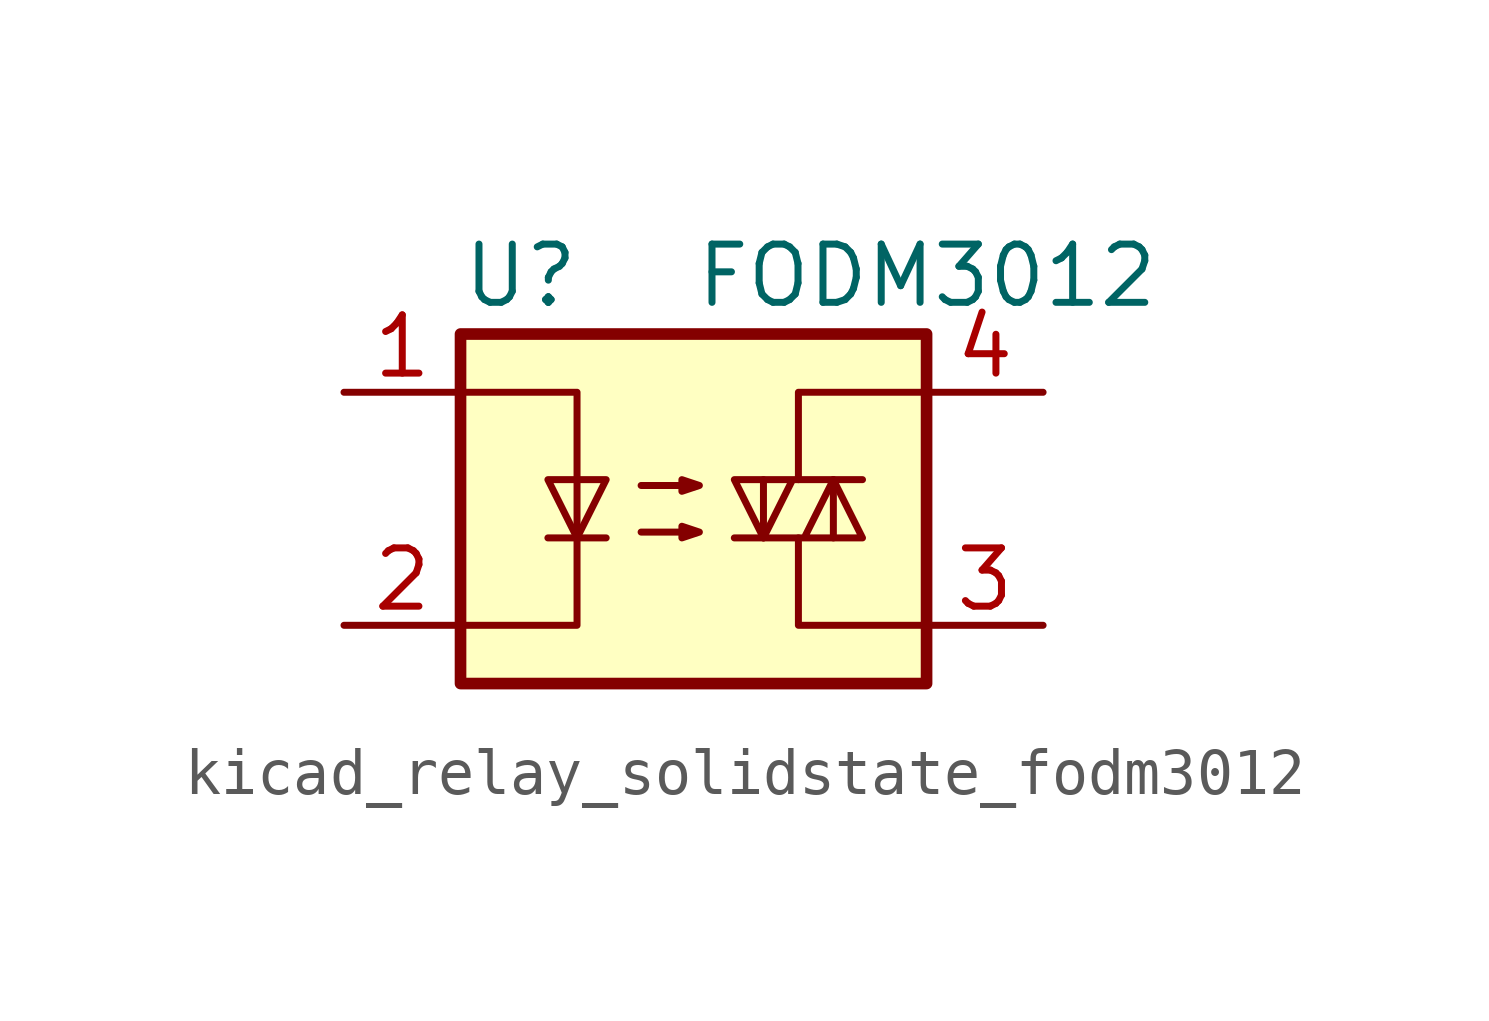
<source format=kicad_sym>
(kicad_symbol_lib
  (version 20220914)
  (generator kicad_symbol_editor)
  (symbol "kicad_relay_solidstate_fodm3012"
    (property "Reference" "U"
      (at -5.08 5.08 0)
      (effects (font (size 1.27 1.27)) (justify left)))
    (property "Value" "FODM3012"
      (at 0 5.08 0)
      (effects (font (size 1.27 1.27)) (justify left)))
    (symbol "kicad_relay_solidstate_fodm3012_0_1"
      (rectangle (start -5.08 3.81) (end 5.08 -3.81) (stroke (width 0.254) (type default)) (fill (type background)))
      (polyline (pts (xy -3.175 -0.635) (xy -1.905 -0.635)) (stroke (width 0) (type default)) (fill (type none)))
      (polyline (pts (xy 1.524 -0.635) (xy 1.524 0.635)) (stroke (width 0) (type default)) (fill (type none)))
      (polyline (pts (xy 3.048 0.635) (xy 3.048 -0.635)) (stroke (width 0) (type default)) (fill (type none)))
      (polyline (pts (xy 2.286 -0.635) (xy 2.286 -2.54) (xy 5.08 -2.54)) (stroke (width 0) (type default)) (fill (type none)))
      (polyline (pts (xy 2.286 0.635) (xy 2.286 2.54) (xy 5.08 2.54)) (stroke (width 0) (type default)) (fill (type none)))
      (polyline (pts (xy -5.08 2.54) (xy -2.54 2.54) (xy -2.54 -2.54) (xy -5.08 -2.54)) (stroke (width 0) (type default)) (fill (type none)))
      (polyline (pts (xy -2.54 -0.635) (xy -3.175 0.635) (xy -1.905 0.635) (xy -2.54 -0.635)) (stroke (width 0) (type default)) (fill (type none)))
      (polyline (pts (xy 0.889 -0.635) (xy 3.683 -0.635) (xy 3.048 0.635) (xy 2.413 -0.635)) (stroke (width 0) (type default)) (fill (type none)))
      (polyline (pts (xy 3.683 0.635) (xy 0.889 0.635) (xy 1.524 -0.635) (xy 2.159 0.635)) (stroke (width 0) (type default)) (fill (type none)))
      (polyline (pts (xy -1.143 -0.508) (xy 0.127 -0.508) (xy -0.254 -0.635) (xy -0.254 -0.381) (xy 0.127 -0.508)) (stroke (width 0) (type default)) (fill (type none)))
      (polyline (pts (xy -1.143 0.508) (xy 0.127 0.508) (xy -0.254 0.381) (xy -0.254 0.635) (xy 0.127 0.508)) (stroke (width 0) (type default)) (fill (type none))))
    (symbol "kicad_relay_solidstate_fodm3012_1_1"
      (pin passive line (at -7.62 2.54 0) (length 2.54) (name "~" (effects (font (size 1.27 1.27)))) (number "1" (effects (font (size 1.27 1.27)))))
      (pin passive line (at -7.62 -2.54 0) (length 2.54) (name "~" (effects (font (size 1.27 1.27)))) (number "2" (effects (font (size 1.27 1.27)))))
      (pin passive line (at 7.62 -2.54 180) (length 2.54) (name "~" (effects (font (size 1.27 1.27)))) (number "3" (effects (font (size 1.27 1.27)))))
      (pin passive line (at 7.62 2.54 180) (length 2.54) (name "~" (effects (font (size 1.27 1.27)))) (number "4" (effects (font (size 1.27 1.27))))))))
</source>
